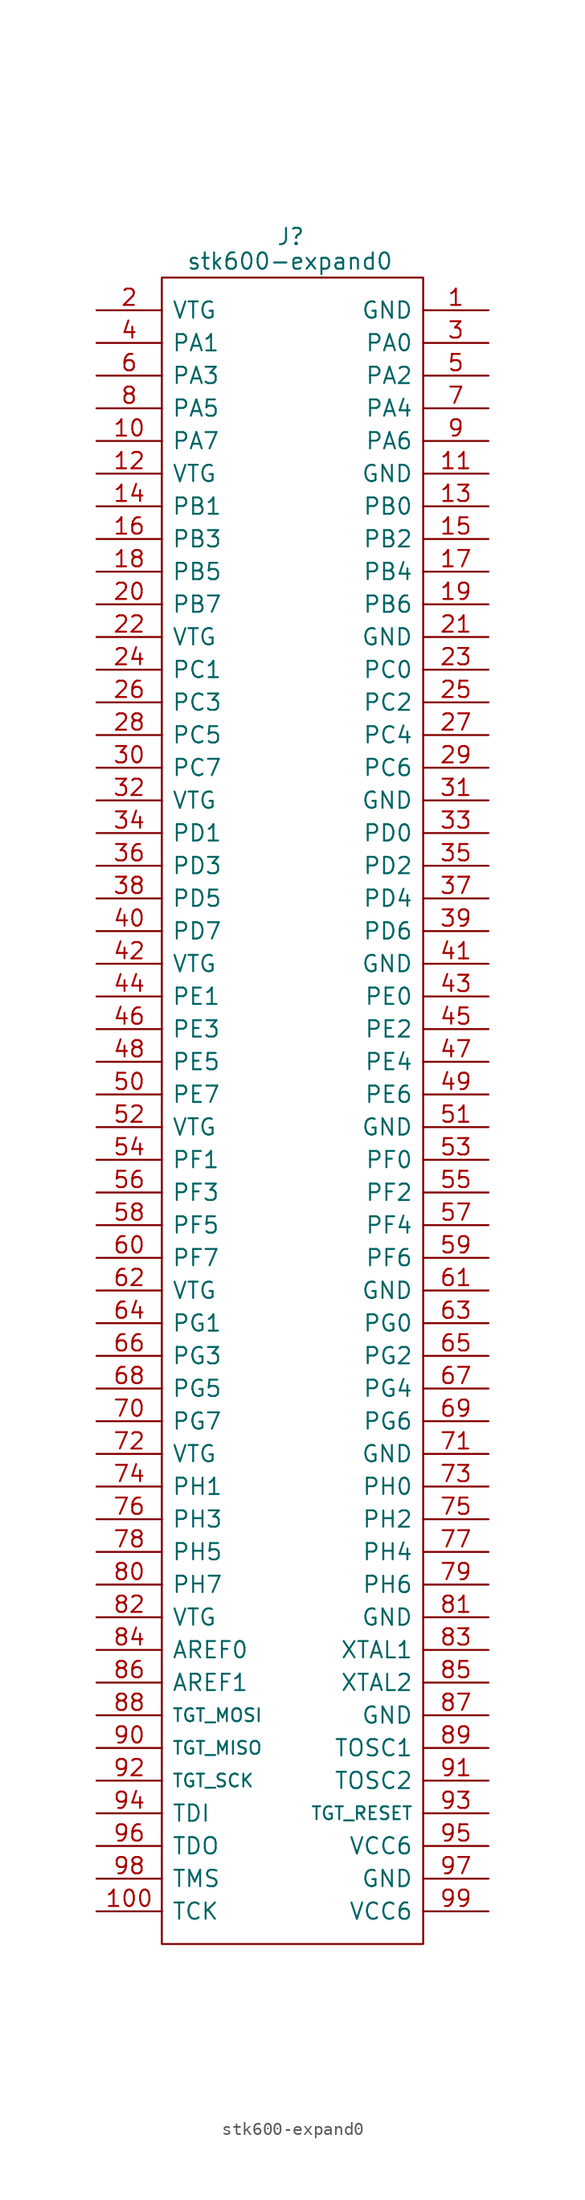
<source format=kicad_sym>
(kicad_symbol_lib
  (version 20211014)
  (generator kicad_symbol_editor)
  (symbol "stk600-expand0"
    (pin_names
      (offset 0.762))
    (property "Reference" "J"
      (at 13.97 5.715 0)
      (effects (font (size 1.27 1.27)) (justify left)))
    (property "Value" "stk600-expand0"
      (at 6.985 3.81 0)
      (effects (font (size 1.27 1.27)) (justify left)))
    (symbol "stk600-expand0_0_0"
      (pin passive line (at 30.48 0 180) (length 5.08) (name "GND" (effects (font (size 1.27 1.27)))) (number "1" (effects (font (size 1.27 1.27)))))
      (pin passive line (at 0 -10.16 0) (length 5.08) (name "PA7" (effects (font (size 1.27 1.27)))) (number "10" (effects (font (size 1.27 1.27)))))
      (pin passive line (at 0 -124.46 0) (length 5.08) (name "TCK" (effects (font (size 1.27 1.27)))) (number "100" (effects (font (size 1.27 1.27)))))
      (pin passive line (at 30.48 -12.7 180) (length 5.08) (name "GND" (effects (font (size 1.27 1.27)))) (number "11" (effects (font (size 1.27 1.27)))))
      (pin passive line (at 0 -12.7 0) (length 5.08) (name "VTG" (effects (font (size 1.27 1.27)))) (number "12" (effects (font (size 1.27 1.27)))))
      (pin passive line (at 30.48 -15.24 180) (length 5.08) (name "PB0" (effects (font (size 1.27 1.27)))) (number "13" (effects (font (size 1.27 1.27)))))
      (pin passive line (at 0 -15.24 0) (length 5.08) (name "PB1" (effects (font (size 1.27 1.27)))) (number "14" (effects (font (size 1.27 1.27)))))
      (pin passive line (at 30.48 -17.78 180) (length 5.08) (name "PB2" (effects (font (size 1.27 1.27)))) (number "15" (effects (font (size 1.27 1.27)))))
      (pin passive line (at 0 -17.78 0) (length 5.08) (name "PB3" (effects (font (size 1.27 1.27)))) (number "16" (effects (font (size 1.27 1.27)))))
      (pin passive line (at 30.48 -20.32 180) (length 5.08) (name "PB4" (effects (font (size 1.27 1.27)))) (number "17" (effects (font (size 1.27 1.27)))))
      (pin passive line (at 0 -20.32 0) (length 5.08) (name "PB5" (effects (font (size 1.27 1.27)))) (number "18" (effects (font (size 1.27 1.27)))))
      (pin passive line (at 30.48 -22.86 180) (length 5.08) (name "PB6" (effects (font (size 1.27 1.27)))) (number "19" (effects (font (size 1.27 1.27)))))
      (pin passive line (at 0 0 0) (length 5.08) (name "VTG" (effects (font (size 1.27 1.27)))) (number "2" (effects (font (size 1.27 1.27)))))
      (pin passive line (at 0 -22.86 0) (length 5.08) (name "PB7" (effects (font (size 1.27 1.27)))) (number "20" (effects (font (size 1.27 1.27)))))
      (pin passive line (at 30.48 -25.4 180) (length 5.08) (name "GND" (effects (font (size 1.27 1.27)))) (number "21" (effects (font (size 1.27 1.27)))))
      (pin passive line (at 0 -25.4 0) (length 5.08) (name "VTG" (effects (font (size 1.27 1.27)))) (number "22" (effects (font (size 1.27 1.27)))))
      (pin passive line (at 30.48 -27.94 180) (length 5.08) (name "PC0" (effects (font (size 1.27 1.27)))) (number "23" (effects (font (size 1.27 1.27)))))
      (pin passive line (at 0 -27.94 0) (length 5.08) (name "PC1" (effects (font (size 1.27 1.27)))) (number "24" (effects (font (size 1.27 1.27)))))
      (pin passive line (at 30.48 -30.48 180) (length 5.08) (name "PC2" (effects (font (size 1.27 1.27)))) (number "25" (effects (font (size 1.27 1.27)))))
      (pin passive line (at 0 -30.48 0) (length 5.08) (name "PC3" (effects (font (size 1.27 1.27)))) (number "26" (effects (font (size 1.27 1.27)))))
      (pin passive line (at 30.48 -33.02 180) (length 5.08) (name "PC4" (effects (font (size 1.27 1.27)))) (number "27" (effects (font (size 1.27 1.27)))))
      (pin passive line (at 0 -33.02 0) (length 5.08) (name "PC5" (effects (font (size 1.27 1.27)))) (number "28" (effects (font (size 1.27 1.27)))))
      (pin passive line (at 30.48 -35.56 180) (length 5.08) (name "PC6" (effects (font (size 1.27 1.27)))) (number "29" (effects (font (size 1.27 1.27)))))
      (pin passive line (at 30.48 -2.54 180) (length 5.08) (name "PA0" (effects (font (size 1.27 1.27)))) (number "3" (effects (font (size 1.27 1.27)))))
      (pin passive line (at 0 -35.56 0) (length 5.08) (name "PC7" (effects (font (size 1.27 1.27)))) (number "30" (effects (font (size 1.27 1.27)))))
      (pin passive line (at 30.48 -38.1 180) (length 5.08) (name "GND" (effects (font (size 1.27 1.27)))) (number "31" (effects (font (size 1.27 1.27)))))
      (pin passive line (at 0 -38.1 0) (length 5.08) (name "VTG" (effects (font (size 1.27 1.27)))) (number "32" (effects (font (size 1.27 1.27)))))
      (pin passive line (at 30.48 -40.64 180) (length 5.08) (name "PD0" (effects (font (size 1.27 1.27)))) (number "33" (effects (font (size 1.27 1.27)))))
      (pin passive line (at 0 -40.64 0) (length 5.08) (name "PD1" (effects (font (size 1.27 1.27)))) (number "34" (effects (font (size 1.27 1.27)))))
      (pin passive line (at 30.48 -43.18 180) (length 5.08) (name "PD2" (effects (font (size 1.27 1.27)))) (number "35" (effects (font (size 1.27 1.27)))))
      (pin passive line (at 0 -43.18 0) (length 5.08) (name "PD3" (effects (font (size 1.27 1.27)))) (number "36" (effects (font (size 1.27 1.27)))))
      (pin passive line (at 30.48 -45.72 180) (length 5.08) (name "PD4" (effects (font (size 1.27 1.27)))) (number "37" (effects (font (size 1.27 1.27)))))
      (pin passive line (at 0 -45.72 0) (length 5.08) (name "PD5" (effects (font (size 1.27 1.27)))) (number "38" (effects (font (size 1.27 1.27)))))
      (pin passive line (at 30.48 -48.26 180) (length 5.08) (name "PD6" (effects (font (size 1.27 1.27)))) (number "39" (effects (font (size 1.27 1.27)))))
      (pin passive line (at 0 -2.54 0) (length 5.08) (name "PA1" (effects (font (size 1.27 1.27)))) (number "4" (effects (font (size 1.27 1.27)))))
      (pin passive line (at 0 -48.26 0) (length 5.08) (name "PD7" (effects (font (size 1.27 1.27)))) (number "40" (effects (font (size 1.27 1.27)))))
      (pin passive line (at 30.48 -50.8 180) (length 5.08) (name "GND" (effects (font (size 1.27 1.27)))) (number "41" (effects (font (size 1.27 1.27)))))
      (pin passive line (at 0 -50.8 0) (length 5.08) (name "VTG" (effects (font (size 1.27 1.27)))) (number "42" (effects (font (size 1.27 1.27)))))
      (pin passive line (at 30.48 -53.34 180) (length 5.08) (name "PE0" (effects (font (size 1.27 1.27)))) (number "43" (effects (font (size 1.27 1.27)))))
      (pin passive line (at 0 -53.34 0) (length 5.08) (name "PE1" (effects (font (size 1.27 1.27)))) (number "44" (effects (font (size 1.27 1.27)))))
      (pin passive line (at 30.48 -55.88 180) (length 5.08) (name "PE2" (effects (font (size 1.27 1.27)))) (number "45" (effects (font (size 1.27 1.27)))))
      (pin passive line (at 0 -55.88 0) (length 5.08) (name "PE3" (effects (font (size 1.27 1.27)))) (number "46" (effects (font (size 1.27 1.27)))))
      (pin passive line (at 30.48 -58.42 180) (length 5.08) (name "PE4" (effects (font (size 1.27 1.27)))) (number "47" (effects (font (size 1.27 1.27)))))
      (pin passive line (at 0 -58.42 0) (length 5.08) (name "PE5" (effects (font (size 1.27 1.27)))) (number "48" (effects (font (size 1.27 1.27)))))
      (pin passive line (at 30.48 -60.96 180) (length 5.08) (name "PE6" (effects (font (size 1.27 1.27)))) (number "49" (effects (font (size 1.27 1.27)))))
      (pin passive line (at 30.48 -5.08 180) (length 5.08) (name "PA2" (effects (font (size 1.27 1.27)))) (number "5" (effects (font (size 1.27 1.27)))))
      (pin passive line (at 0 -60.96 0) (length 5.08) (name "PE7" (effects (font (size 1.27 1.27)))) (number "50" (effects (font (size 1.27 1.27)))))
      (pin passive line (at 30.48 -63.5 180) (length 5.08) (name "GND" (effects (font (size 1.27 1.27)))) (number "51" (effects (font (size 1.27 1.27)))))
      (pin passive line (at 0 -63.5 0) (length 5.08) (name "VTG" (effects (font (size 1.27 1.27)))) (number "52" (effects (font (size 1.27 1.27)))))
      (pin passive line (at 30.48 -66.04 180) (length 5.08) (name "PF0" (effects (font (size 1.27 1.27)))) (number "53" (effects (font (size 1.27 1.27)))))
      (pin passive line (at 0 -66.04 0) (length 5.08) (name "PF1" (effects (font (size 1.27 1.27)))) (number "54" (effects (font (size 1.27 1.27)))))
      (pin passive line (at 30.48 -68.58 180) (length 5.08) (name "PF2" (effects (font (size 1.27 1.27)))) (number "55" (effects (font (size 1.27 1.27)))))
      (pin passive line (at 0 -68.58 0) (length 5.08) (name "PF3" (effects (font (size 1.27 1.27)))) (number "56" (effects (font (size 1.27 1.27)))))
      (pin passive line (at 30.48 -71.12 180) (length 5.08) (name "PF4" (effects (font (size 1.27 1.27)))) (number "57" (effects (font (size 1.27 1.27)))))
      (pin passive line (at 0 -71.12 0) (length 5.08) (name "PF5" (effects (font (size 1.27 1.27)))) (number "58" (effects (font (size 1.27 1.27)))))
      (pin passive line (at 30.48 -73.66 180) (length 5.08) (name "PF6" (effects (font (size 1.27 1.27)))) (number "59" (effects (font (size 1.27 1.27)))))
      (pin passive line (at 0 -5.08 0) (length 5.08) (name "PA3" (effects (font (size 1.27 1.27)))) (number "6" (effects (font (size 1.27 1.27)))))
      (pin passive line (at 0 -73.66 0) (length 5.08) (name "PF7" (effects (font (size 1.27 1.27)))) (number "60" (effects (font (size 1.27 1.27)))))
      (pin passive line (at 30.48 -76.2 180) (length 5.08) (name "GND" (effects (font (size 1.27 1.27)))) (number "61" (effects (font (size 1.27 1.27)))))
      (pin passive line (at 0 -76.2 0) (length 5.08) (name "VTG" (effects (font (size 1.27 1.27)))) (number "62" (effects (font (size 1.27 1.27)))))
      (pin passive line (at 30.48 -78.74 180) (length 5.08) (name "PG0" (effects (font (size 1.27 1.27)))) (number "63" (effects (font (size 1.27 1.27)))))
      (pin passive line (at 0 -78.74 0) (length 5.08) (name "PG1" (effects (font (size 1.27 1.27)))) (number "64" (effects (font (size 1.27 1.27)))))
      (pin passive line (at 30.48 -81.28 180) (length 5.08) (name "PG2" (effects (font (size 1.27 1.27)))) (number "65" (effects (font (size 1.27 1.27)))))
      (pin passive line (at 0 -81.28 0) (length 5.08) (name "PG3" (effects (font (size 1.27 1.27)))) (number "66" (effects (font (size 1.27 1.27)))))
      (pin passive line (at 30.48 -83.82 180) (length 5.08) (name "PG4" (effects (font (size 1.27 1.27)))) (number "67" (effects (font (size 1.27 1.27)))))
      (pin passive line (at 0 -83.82 0) (length 5.08) (name "PG5" (effects (font (size 1.27 1.27)))) (number "68" (effects (font (size 1.27 1.27)))))
      (pin passive line (at 30.48 -86.36 180) (length 5.08) (name "PG6" (effects (font (size 1.27 1.27)))) (number "69" (effects (font (size 1.27 1.27)))))
      (pin passive line (at 30.48 -7.62 180) (length 5.08) (name "PA4" (effects (font (size 1.27 1.27)))) (number "7" (effects (font (size 1.27 1.27)))))
      (pin passive line (at 0 -86.36 0) (length 5.08) (name "PG7" (effects (font (size 1.27 1.27)))) (number "70" (effects (font (size 1.27 1.27)))))
      (pin passive line (at 30.48 -88.9 180) (length 5.08) (name "GND" (effects (font (size 1.27 1.27)))) (number "71" (effects (font (size 1.27 1.27)))))
      (pin passive line (at 0 -88.9 0) (length 5.08) (name "VTG" (effects (font (size 1.27 1.27)))) (number "72" (effects (font (size 1.27 1.27)))))
      (pin passive line (at 30.48 -91.44 180) (length 5.08) (name "PH0" (effects (font (size 1.27 1.27)))) (number "73" (effects (font (size 1.27 1.27)))))
      (pin passive line (at 0 -91.44 0) (length 5.08) (name "PH1" (effects (font (size 1.27 1.27)))) (number "74" (effects (font (size 1.27 1.27)))))
      (pin passive line (at 30.48 -93.98 180) (length 5.08) (name "PH2" (effects (font (size 1.27 1.27)))) (number "75" (effects (font (size 1.27 1.27)))))
      (pin passive line (at 0 -93.98 0) (length 5.08) (name "PH3" (effects (font (size 1.27 1.27)))) (number "76" (effects (font (size 1.27 1.27)))))
      (pin passive line (at 30.48 -96.52 180) (length 5.08) (name "PH4" (effects (font (size 1.27 1.27)))) (number "77" (effects (font (size 1.27 1.27)))))
      (pin passive line (at 0 -96.52 0) (length 5.08) (name "PH5" (effects (font (size 1.27 1.27)))) (number "78" (effects (font (size 1.27 1.27)))))
      (pin passive line (at 30.48 -99.06 180) (length 5.08) (name "PH6" (effects (font (size 1.27 1.27)))) (number "79" (effects (font (size 1.27 1.27)))))
      (pin passive line (at 0 -7.62 0) (length 5.08) (name "PA5" (effects (font (size 1.27 1.27)))) (number "8" (effects (font (size 1.27 1.27)))))
      (pin passive line (at 0 -99.06 0) (length 5.08) (name "PH7" (effects (font (size 1.27 1.27)))) (number "80" (effects (font (size 1.27 1.27)))))
      (pin passive line (at 30.48 -101.6 180) (length 5.08) (name "GND" (effects (font (size 1.27 1.27)))) (number "81" (effects (font (size 1.27 1.27)))))
      (pin passive line (at 0 -101.6 0) (length 5.08) (name "VTG" (effects (font (size 1.27 1.27)))) (number "82" (effects (font (size 1.27 1.27)))))
      (pin passive line (at 30.48 -104.14 180) (length 5.08) (name "XTAL1" (effects (font (size 1.27 1.27)))) (number "83" (effects (font (size 1.27 1.27)))))
      (pin passive line (at 0 -104.14 0) (length 5.08) (name "AREF0" (effects (font (size 1.27 1.27)))) (number "84" (effects (font (size 1.27 1.27)))))
      (pin passive line (at 30.48 -106.68 180) (length 5.08) (name "XTAL2" (effects (font (size 1.27 1.27)))) (number "85" (effects (font (size 1.27 1.27)))))
      (pin passive line (at 0 -106.68 0) (length 5.08) (name "AREF1" (effects (font (size 1.27 1.27)))) (number "86" (effects (font (size 1.27 1.27)))))
      (pin passive line (at 30.48 -109.22 180) (length 5.08) (name "GND" (effects (font (size 1.27 1.27)))) (number "87" (effects (font (size 1.27 1.27)))))
      (pin passive line (at 0 -109.22 0) (length 5.08) (name "TGT_MOSI" (effects (font (size 1 1)))) (number "88" (effects (font (size 1.27 1.27)))))
      (pin passive line (at 30.48 -111.76 180) (length 5.08) (name "TOSC1" (effects (font (size 1.27 1.27)))) (number "89" (effects (font (size 1.27 1.27)))))
      (pin passive line (at 30.48 -10.16 180) (length 5.08) (name "PA6" (effects (font (size 1.27 1.27)))) (number "9" (effects (font (size 1.27 1.27)))))
      (pin passive line (at 0 -111.76 0) (length 5.08) (name "TGT_MISO" (effects (font (size 1 1)))) (number "90" (effects (font (size 1.27 1.27)))))
      (pin passive line (at 30.48 -114.3 180) (length 5.08) (name "TOSC2" (effects (font (size 1.27 1.27)))) (number "91" (effects (font (size 1.27 1.27)))))
      (pin passive line (at 0 -114.3 0) (length 5.08) (name "TGT_SCK" (effects (font (size 1 1)))) (number "92" (effects (font (size 1.27 1.27)))))
      (pin passive line (at 30.48 -116.84 180) (length 5.08) (name "TGT_RESET" (effects (font (size 1 1)))) (number "93" (effects (font (size 1.27 1.27)))))
      (pin passive line (at 0 -116.84 0) (length 5.08) (name "TDI" (effects (font (size 1.27 1.27)))) (number "94" (effects (font (size 1.27 1.27)))))
      (pin passive line (at 30.48 -119.38 180) (length 5.08) (name "VCC6" (effects (font (size 1.27 1.27)))) (number "95" (effects (font (size 1.27 1.27)))))
      (pin passive line (at 0 -119.38 0) (length 5.08) (name "TDO" (effects (font (size 1.27 1.27)))) (number "96" (effects (font (size 1.27 1.27)))))
      (pin passive line (at 30.48 -121.92 180) (length 5.08) (name "GND" (effects (font (size 1.27 1.27)))) (number "97" (effects (font (size 1.27 1.27)))))
      (pin passive line (at 0 -121.92 0) (length 5.08) (name "TMS" (effects (font (size 1.27 1.27)))) (number "98" (effects (font (size 1.27 1.27)))))
      (pin passive line (at 30.48 -124.46 180) (length 5.08) (name "VCC6" (effects (font (size 1.27 1.27)))) (number "99" (effects (font (size 1.27 1.27))))))
    (symbol "stk600-expand0_0_1"
      (polyline (pts (xy 5.08 2.54) (xy 25.4 2.54) (xy 25.4 -127) (xy 5.08 -127) (xy 5.08 2.54)) (stroke (width 0.152) (type default) (color 0 0 0 0)) (fill (type none))))))
</source>
